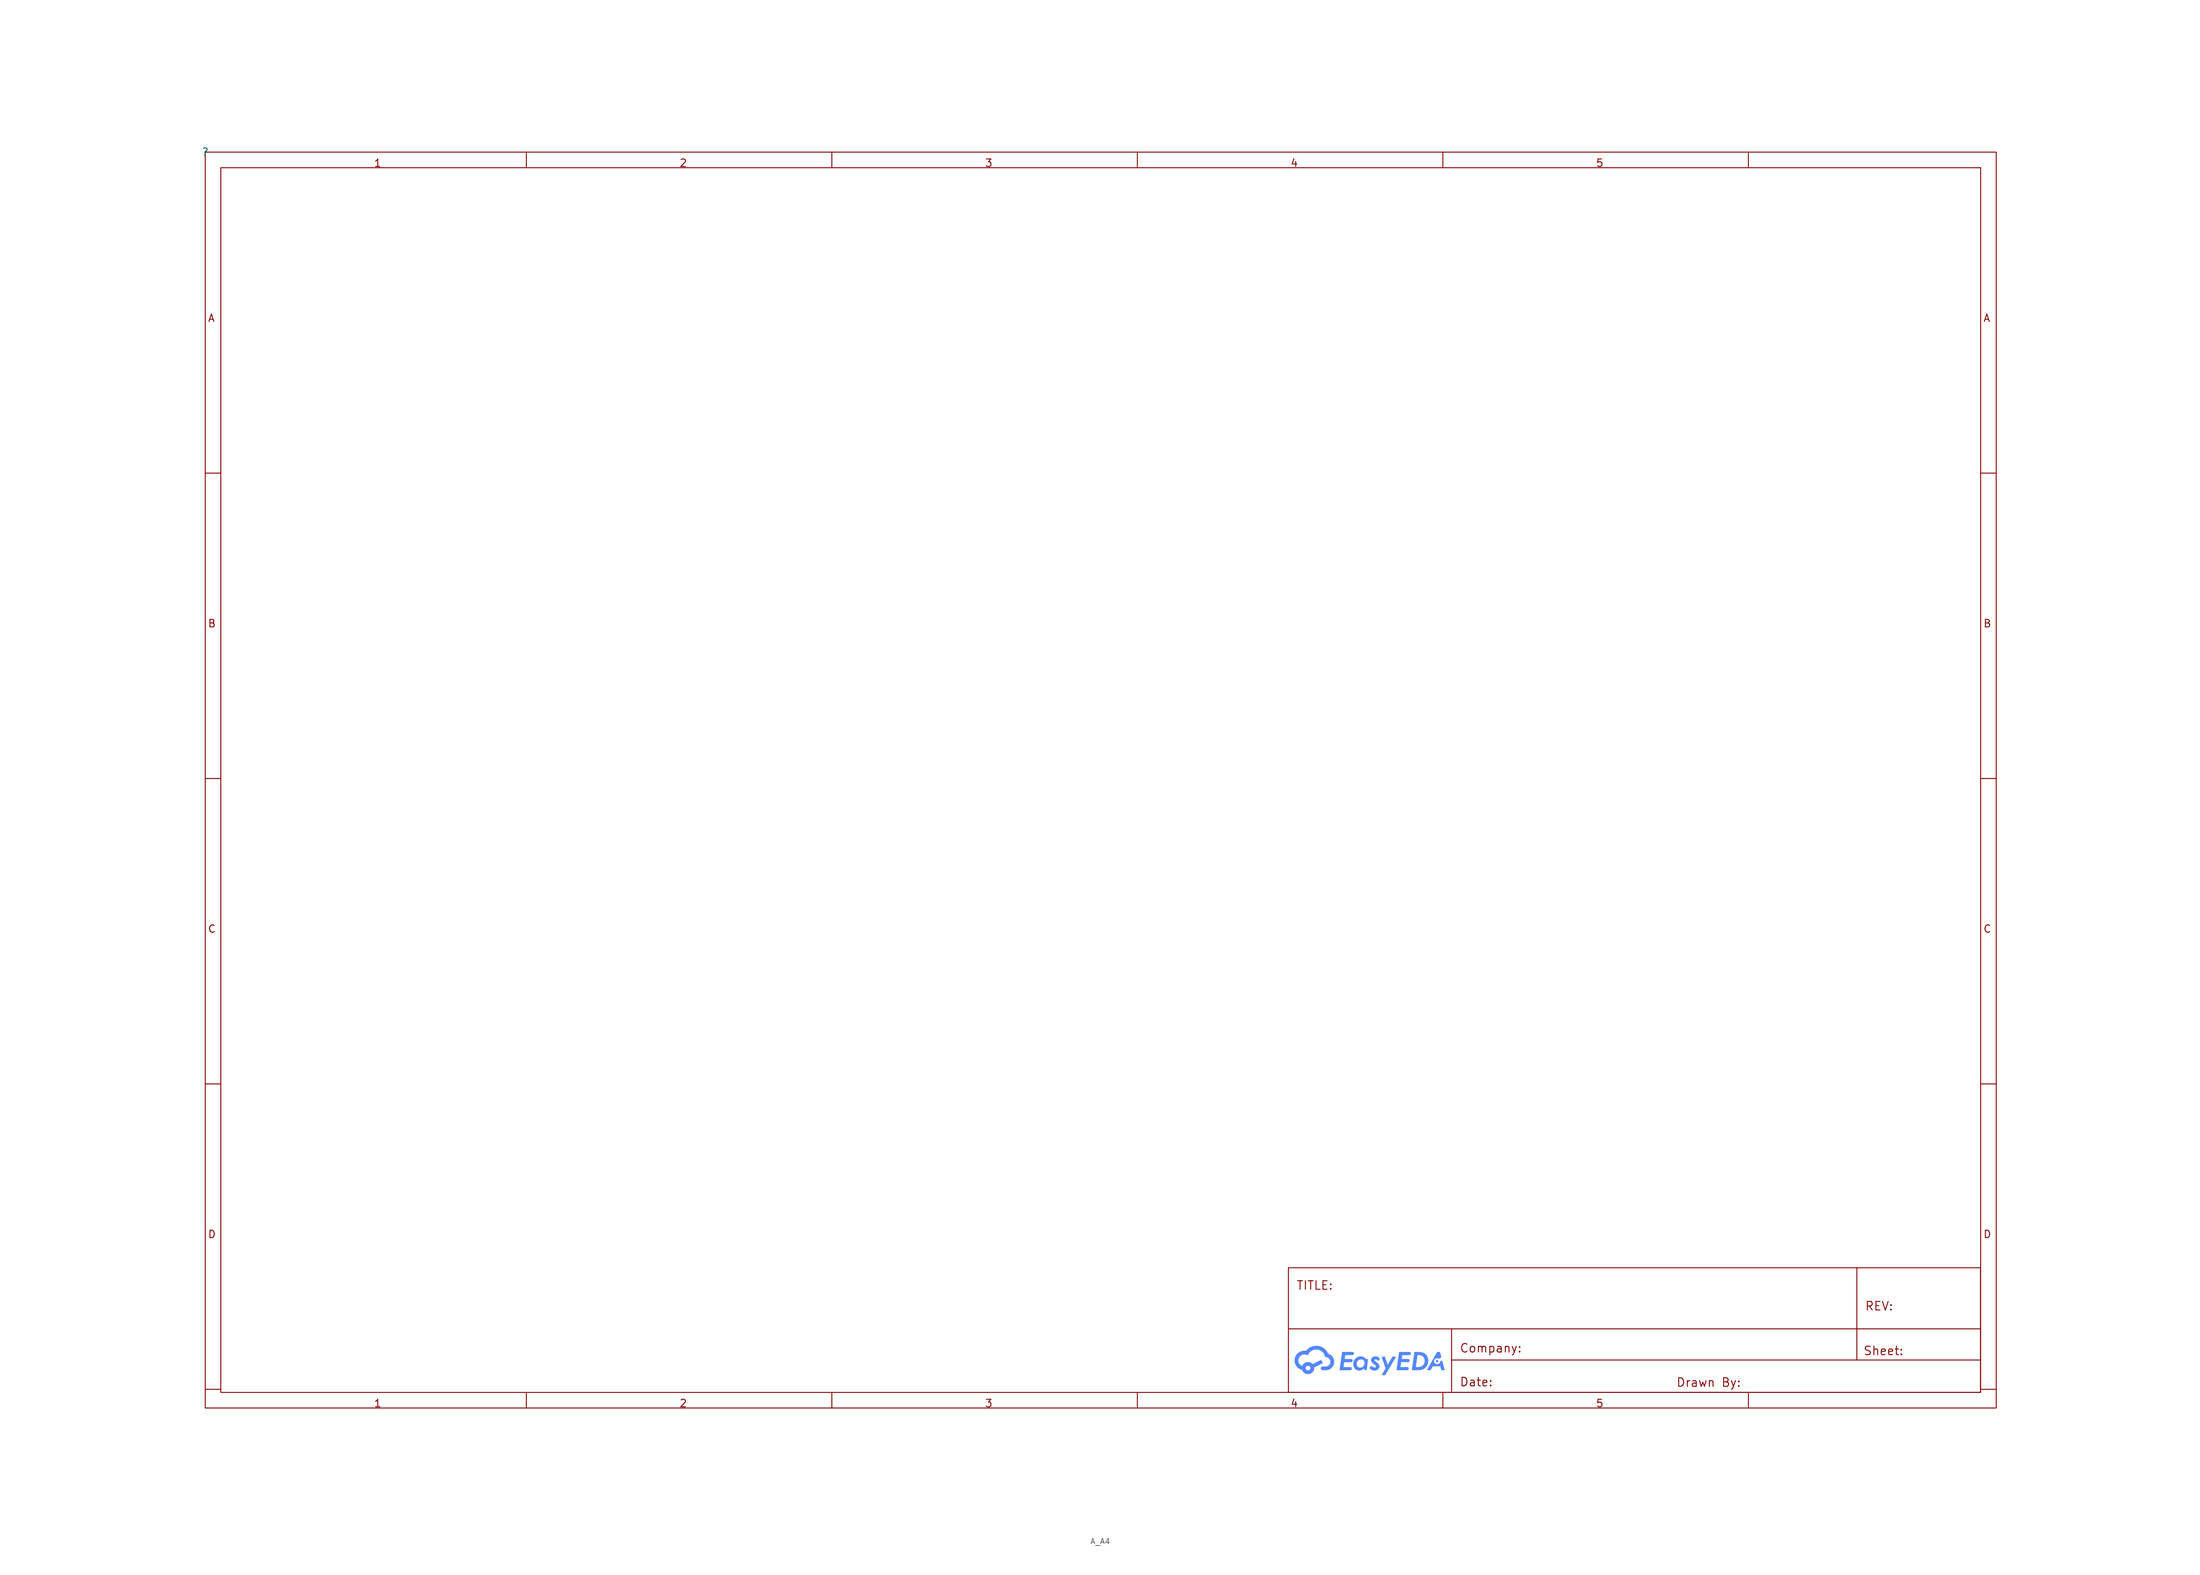
<source format=kicad_sym>
(kicad_symbol_lib
  (version 20231120)
  (generator "kicad_symbol_editor")
  (generator_version "8.0")
  (symbol "A_A4"
    (property "Reference" ""
      (at 0 0 0)
      (effects (font (size 1.27 1.27))))
    (property "Value" ""
      (at 0 0 0)
      (effects (font (size 1.27 1.27))))
    (symbol "A_A4_0_0"
      (polyline (pts (xy 192.68 -197.668) (xy 193.458 -196.357) (xy 194.059 -196.357) (xy 192.273 -199.376) (xy 191.684 -199.376) (xy 192.33 -198.266) (xy 191.69 -196.357) (xy 192.238 -196.357) (xy 192.68 -197.668)) (stroke (width -0.0001) (type solid)) (fill (type color) (color 85 136 255 1)))
      (polyline (pts (xy 201.437 -196.481) (xy 201.013 -196.708) (xy 200.998 -196.699) (xy 200.982 -196.689) (xy 200.966 -196.681) (xy 200.95 -196.672) (xy 200.934 -196.665) (xy 200.916 -196.658) (xy 200.899 -196.651) (xy 200.881 -196.645) (xy 200.863 -196.64) (xy 200.845 -196.635) (xy 200.827 -196.631) (xy 200.808 -196.628) (xy 200.789 -196.626) (xy 200.769 -196.624) (xy 200.75 -196.623) (xy 200.73 -196.622) (xy 200.704 -196.623) (xy 200.679 -196.625) (xy 200.655 -196.628) (xy 200.63 -196.632) (xy 200.606 -196.637) (xy 200.583 -196.644) (xy 200.56 -196.651) (xy 200.537 -196.66) (xy 200.515 -196.67) (xy 200.494 -196.68) (xy 200.473 -196.692) (xy 200.453 -196.704) (xy 200.433 -196.718) (xy 200.415 -196.732) (xy 200.397 -196.747) (xy 200.379 -196.763) (xy 200.363 -196.78) (xy 200.347 -196.798) (xy 200.333 -196.816) (xy 200.319 -196.835) (xy 200.306 -196.854) (xy 200.294 -196.874) (xy 200.283 -196.895) (xy 200.273 -196.917) (xy 200.264 -196.938) (xy 200.256 -196.961) (xy 200.25 -196.984) (xy 200.244 -197.007) (xy 200.24 -197.031) (xy 200.237 -197.055) (xy 200.235 -197.079) (xy 200.234 -197.104) (xy 200.235 -197.129) (xy 200.237 -197.154) (xy 200.24 -197.178) (xy 200.244 -197.201) (xy 200.25 -197.225) (xy 200.256 -197.248) (xy 200.264 -197.27) (xy 200.273 -197.292) (xy 200.283 -197.313) (xy 200.294 -197.334) (xy 200.306 -197.354) (xy 200.319 -197.374) (xy 200.333 -197.393) (xy 200.347 -197.411) (xy 200.363 -197.428) (xy 200.379 -197.445) (xy 200.397 -197.461) (xy 200.415 -197.476) (xy 200.433 -197.49) (xy 200.453 -197.504) (xy 200.473 -197.516) (xy 200.494 -197.528) (xy 200.515 -197.539) (xy 200.537 -197.548) (xy 200.56 -197.557) (xy 200.583 -197.565) (xy 200.606 -197.571) (xy 200.63 -197.576) (xy 200.655 -197.581) (xy 200.679 -197.584) (xy 200.704 -197.585) (xy 200.73 -197.586) (xy 200.754 -197.586) (xy 200.777 -197.584) (xy 200.8 -197.581) (xy 200.823 -197.578) (xy 200.845 -197.573) (xy 200.868 -197.567) (xy 200.889 -197.561) (xy 200.91 -197.553) (xy 200.931 -197.545) (xy 200.951 -197.536) (xy 200.971 -197.526) (xy 200.99 -197.515) (xy 201.009 -197.503) (xy 201.027 -197.49) (xy 201.044 -197.477) (xy 201.061 -197.463) (xy 201.077 -197.448) (xy 201.093 -197.433) (xy 201.108 -197.417) (xy 201.122 -197.4) (xy 201.135 -197.383) (xy 201.148 -197.365) (xy 201.159 -197.347) (xy 201.17 -197.328) (xy 201.18 -197.308) (xy 201.189 -197.288) (xy 201.197 -197.268) (xy 201.204 -197.247) (xy 201.21 -197.225) (xy 201.215 -197.204) (xy 201.22 -197.182) (xy 201.223 -197.159) (xy 201.564 -196.976) (xy 201.971 -198.56) (xy 201.414 -198.56) (xy 201.252 -197.927) (xy 200.037 -197.927) (xy 199.688 -198.56) (xy 199.07 -198.56) (xy 200.722 -195.585) (xy 201.208 -195.585) (xy 201.437 -196.481)) (stroke (width -0.0001) (type solid)) (fill (type color) (color 85 136 255 1)))
      (polyline (pts (xy 200.749 -196.907) (xy 200.759 -196.907) (xy 200.768 -196.909) (xy 200.778 -196.91) (xy 200.787 -196.912) (xy 200.796 -196.915) (xy 200.805 -196.918) (xy 200.814 -196.921) (xy 200.822 -196.925) (xy 200.83 -196.929) (xy 200.838 -196.933) (xy 200.846 -196.938) (xy 200.854 -196.943) (xy 200.861 -196.949) (xy 200.868 -196.955) (xy 200.875 -196.961) (xy 200.881 -196.967) (xy 200.887 -196.974) (xy 200.893 -196.981) (xy 200.898 -196.988) (xy 200.903 -196.996) (xy 200.907 -197.004) (xy 200.912 -197.012) (xy 200.916 -197.02) (xy 200.919 -197.028) (xy 200.922 -197.037) (xy 200.924 -197.046) (xy 200.927 -197.055) (xy 200.928 -197.064) (xy 200.929 -197.073) (xy 200.93 -197.083) (xy 200.93 -197.092) (xy 200.93 -197.102) (xy 200.929 -197.111) (xy 200.928 -197.121) (xy 200.927 -197.13) (xy 200.924 -197.139) (xy 200.922 -197.148) (xy 200.919 -197.156) (xy 200.916 -197.165) (xy 200.912 -197.173) (xy 200.907 -197.181) (xy 200.903 -197.189) (xy 200.898 -197.196) (xy 200.893 -197.203) (xy 200.887 -197.21) (xy 200.881 -197.217) (xy 200.875 -197.224) (xy 200.868 -197.23) (xy 200.861 -197.236) (xy 200.854 -197.241) (xy 200.846 -197.246) (xy 200.838 -197.251) (xy 200.83 -197.256) (xy 200.822 -197.26) (xy 200.814 -197.264) (xy 200.805 -197.267) (xy 200.796 -197.27) (xy 200.787 -197.272) (xy 200.778 -197.274) (xy 200.768 -197.276) (xy 200.759 -197.277) (xy 200.749 -197.278) (xy 200.739 -197.278) (xy 200.729 -197.278) (xy 200.72 -197.277) (xy 200.71 -197.276) (xy 200.701 -197.274) (xy 200.691 -197.272) (xy 200.682 -197.27) (xy 200.673 -197.267) (xy 200.665 -197.264) (xy 200.656 -197.26) (xy 200.648 -197.256) (xy 200.64 -197.251) (xy 200.632 -197.246) (xy 200.625 -197.241) (xy 200.618 -197.236) (xy 200.611 -197.23) (xy 200.604 -197.224) (xy 200.598 -197.217) (xy 200.592 -197.21) (xy 200.586 -197.203) (xy 200.581 -197.196) (xy 200.576 -197.189) (xy 200.571 -197.181) (xy 200.567 -197.173) (xy 200.563 -197.165) (xy 200.56 -197.156) (xy 200.556 -197.148) (xy 200.554 -197.139) (xy 200.552 -197.13) (xy 200.55 -197.121) (xy 200.549 -197.111) (xy 200.548 -197.102) (xy 200.548 -197.092) (xy 200.548 -197.083) (xy 200.549 -197.073) (xy 200.55 -197.064) (xy 200.552 -197.055) (xy 200.554 -197.046) (xy 200.556 -197.037) (xy 200.56 -197.028) (xy 200.563 -197.02) (xy 200.567 -197.012) (xy 200.571 -197.004) (xy 200.576 -196.996) (xy 200.581 -196.988) (xy 200.586 -196.981) (xy 200.592 -196.974) (xy 200.598 -196.967) (xy 200.604 -196.961) (xy 200.611 -196.955) (xy 200.618 -196.949) (xy 200.625 -196.943) (xy 200.632 -196.938) (xy 200.64 -196.933) (xy 200.648 -196.929) (xy 200.656 -196.925) (xy 200.665 -196.921) (xy 200.673 -196.918) (xy 200.682 -196.915) (xy 200.691 -196.912) (xy 200.701 -196.91) (xy 200.71 -196.909) (xy 200.72 -196.907) (xy 200.729 -196.907) (xy 200.739 -196.906) (xy 200.749 -196.907)) (stroke (width -0.0001) (type solid)) (fill (type color) (color 85 136 255 1)))
      (polyline (pts (xy 197.604 -195.582) (xy 197.685 -195.583) (xy 197.764 -195.586) (xy 197.84 -195.591) (xy 197.913 -195.596) (xy 197.984 -195.603) (xy 198.052 -195.611) (xy 198.117 -195.62) (xy 198.179 -195.631) (xy 198.238 -195.642) (xy 198.295 -195.655) (xy 198.349 -195.669) (xy 198.401 -195.685) (xy 198.449 -195.702) (xy 198.495 -195.719) (xy 198.538 -195.739) (xy 198.58 -195.759) (xy 198.62 -195.78) (xy 198.66 -195.804) (xy 198.698 -195.828) (xy 198.736 -195.854) (xy 198.772 -195.881) (xy 198.807 -195.91) (xy 198.842 -195.94) (xy 198.875 -195.972) (xy 198.908 -196.005) (xy 198.939 -196.039) (xy 198.97 -196.075) (xy 198.999 -196.112) (xy 199.028 -196.151) (xy 199.055 -196.191) (xy 199.082 -196.232) (xy 199.107 -196.275) (xy 199.131 -196.318) (xy 199.153 -196.363) (xy 199.173 -196.408) (xy 199.192 -196.453) (xy 199.209 -196.5) (xy 199.225 -196.548) (xy 199.239 -196.596) (xy 199.251 -196.645) (xy 199.262 -196.695) (xy 199.271 -196.745) (xy 199.278 -196.797) (xy 199.284 -196.849) (xy 199.288 -196.902) (xy 199.291 -196.956) (xy 199.292 -197.011) (xy 199.291 -197.067) (xy 199.288 -197.123) (xy 199.284 -197.178) (xy 199.278 -197.232) (xy 199.27 -197.286) (xy 199.26 -197.34) (xy 199.249 -197.392) (xy 199.236 -197.445) (xy 199.221 -197.496) (xy 199.205 -197.547) (xy 199.187 -197.598) (xy 199.167 -197.648) (xy 199.145 -197.697) (xy 199.122 -197.746) (xy 199.096 -197.794) (xy 199.07 -197.842) (xy 199.041 -197.888) (xy 199.012 -197.933) (xy 198.982 -197.976) (xy 198.951 -198.018) (xy 198.919 -198.058) (xy 198.886 -198.096) (xy 198.852 -198.133) (xy 198.817 -198.169) (xy 198.782 -198.202) (xy 198.745 -198.235) (xy 198.708 -198.265) (xy 198.67 -198.294) (xy 198.631 -198.321) (xy 198.59 -198.347) (xy 198.55 -198.371) (xy 198.508 -198.394) (xy 198.465 -198.415) (xy 198.419 -198.435) (xy 198.372 -198.453) (xy 198.323 -198.47) (xy 198.271 -198.486) (xy 198.218 -198.5) (xy 198.162 -198.513) (xy 198.104 -198.524) (xy 198.044 -198.535) (xy 197.982 -198.543) (xy 197.918 -198.551) (xy 197.853 -198.557) (xy 197.785 -198.562) (xy 197.714 -198.565) (xy 197.642 -198.567) (xy 197.568 -198.568) (xy 196.613 -198.568) (xy 196.687 -198.046) (xy 197.268 -198.046) (xy 197.458 -198.046) (xy 197.564 -198.045) (xy 197.662 -198.041) (xy 197.708 -198.039) (xy 197.753 -198.036) (xy 197.795 -198.032) (xy 197.836 -198.028) (xy 197.875 -198.023) (xy 197.911 -198.018) (xy 197.946 -198.012) (xy 197.98 -198.006) (xy 198.011 -197.999) (xy 198.04 -197.991) (xy 198.068 -197.983) (xy 198.093 -197.974) (xy 198.127 -197.961) (xy 198.16 -197.947) (xy 198.193 -197.932) (xy 198.224 -197.915) (xy 198.255 -197.897) (xy 198.284 -197.879) (xy 198.313 -197.858) (xy 198.341 -197.837) (xy 198.369 -197.815) (xy 198.395 -197.792) (xy 198.42 -197.767) (xy 198.445 -197.742) (xy 198.469 -197.715) (xy 198.492 -197.687) (xy 198.514 -197.658) (xy 198.536 -197.628) (xy 198.556 -197.597) (xy 198.575 -197.565) (xy 198.592 -197.532) (xy 198.609 -197.498) (xy 198.624 -197.463) (xy 198.637 -197.427) (xy 198.65 -197.39) (xy 198.661 -197.353) (xy 198.671 -197.314) (xy 198.679 -197.275) (xy 198.687 -197.235) (xy 198.693 -197.194) (xy 198.697 -197.152) (xy 198.701 -197.109) (xy 198.703 -197.065) (xy 198.704 -197.021) (xy 198.703 -196.984) (xy 198.702 -196.948) (xy 198.7 -196.913) (xy 198.696 -196.879) (xy 198.692 -196.845) (xy 198.687 -196.812) (xy 198.681 -196.78) (xy 198.674 -196.749) (xy 198.666 -196.718) (xy 198.657 -196.688) (xy 198.648 -196.659) (xy 198.637 -196.63) (xy 198.626 -196.603) (xy 198.613 -196.576) (xy 198.6 -196.549) (xy 198.586 -196.524) (xy 198.571 -196.499) (xy 198.555 -196.475) (xy 198.538 -196.452) (xy 198.52 -196.429) (xy 198.502 -196.408) (xy 198.483 -196.387) (xy 198.464 -196.366) (xy 198.443 -196.346) (xy 198.422 -196.327) (xy 198.4 -196.309) (xy 198.378 -196.292) (xy 198.355 -196.275) (xy 198.331 -196.259) (xy 198.306 -196.243) (xy 198.28 -196.229) (xy 198.254 -196.215) (xy 198.227 -196.201) (xy 198.198 -196.189) (xy 198.169 -196.178) (xy 198.138 -196.167) (xy 198.107 -196.157) (xy 198.074 -196.148) (xy 198.04 -196.14) (xy 198.005 -196.133) (xy 197.969 -196.127) (xy 197.931 -196.121) (xy 197.893 -196.117) (xy 197.854 -196.113) (xy 197.813 -196.11) (xy 197.771 -196.108) (xy 197.728 -196.107) (xy 197.685 -196.106) (xy 197.539 -196.106) (xy 197.268 -198.046) (xy 196.687 -198.046) (xy 197.033 -195.581) (xy 197.519 -195.581) (xy 197.604 -195.582)) (stroke (width -0.0001) (type solid)) (fill (type color) (color 85 136 255 1)))
      (polyline (pts (xy 186.929 -195.578) (xy 186.943 -195.579) (xy 186.957 -195.581) (xy 186.97 -195.583) (xy 186.983 -195.586) (xy 186.996 -195.59) (xy 187.009 -195.594) (xy 187.021 -195.599) (xy 187.033 -195.604) (xy 187.045 -195.61) (xy 187.056 -195.616) (xy 187.067 -195.623) (xy 187.078 -195.631) (xy 187.088 -195.639) (xy 187.098 -195.647) (xy 187.108 -195.656) (xy 187.117 -195.665) (xy 187.125 -195.674) (xy 187.133 -195.685) (xy 187.141 -195.695) (xy 187.148 -195.706) (xy 187.155 -195.717) (xy 187.161 -195.728) (xy 187.166 -195.74) (xy 187.171 -195.752) (xy 187.175 -195.764) (xy 187.179 -195.777) (xy 187.182 -195.79) (xy 187.185 -195.803) (xy 187.186 -195.816) (xy 187.187 -195.829) (xy 187.188 -195.843) (xy 187.187 -195.856) (xy 187.186 -195.87) (xy 187.185 -195.883) (xy 187.182 -195.896) (xy 187.179 -195.909) (xy 187.175 -195.921) (xy 187.171 -195.934) (xy 187.166 -195.946) (xy 187.161 -195.957) (xy 187.155 -195.969) (xy 187.148 -195.98) (xy 187.141 -195.991) (xy 187.133 -196.001) (xy 187.125 -196.011) (xy 187.117 -196.021) (xy 187.108 -196.03) (xy 187.098 -196.039) (xy 187.088 -196.047) (xy 187.078 -196.055) (xy 187.067 -196.062) (xy 187.056 -196.069) (xy 187.045 -196.076) (xy 187.033 -196.081) (xy 187.021 -196.087) (xy 187.009 -196.091) (xy 186.996 -196.096) (xy 186.983 -196.099) (xy 186.97 -196.102) (xy 186.957 -196.105) (xy 186.943 -196.106) (xy 186.929 -196.107) (xy 186.915 -196.107) (xy 185.766 -196.109) (xy 185.677 -196.729) (xy 186.755 -196.729) (xy 186.767 -196.732) (xy 186.778 -196.734) (xy 186.79 -196.737) (xy 186.801 -196.741) (xy 186.812 -196.745) (xy 186.823 -196.75) (xy 186.834 -196.755) (xy 186.844 -196.76) (xy 186.854 -196.766) (xy 186.864 -196.773) (xy 186.873 -196.779) (xy 186.882 -196.786) (xy 186.891 -196.794) (xy 186.9 -196.802) (xy 186.908 -196.81) (xy 186.916 -196.818) (xy 186.923 -196.827) (xy 186.93 -196.836) (xy 186.936 -196.846) (xy 186.942 -196.856) (xy 186.948 -196.866) (xy 186.953 -196.876) (xy 186.958 -196.887) (xy 186.962 -196.897) (xy 186.966 -196.908) (xy 186.97 -196.92) (xy 186.972 -196.931) (xy 186.975 -196.943) (xy 186.976 -196.955) (xy 186.977 -196.967) (xy 186.978 -196.979) (xy 186.978 -196.991) (xy 186.978 -197.005) (xy 186.976 -197.018) (xy 186.975 -197.031) (xy 186.972 -197.044) (xy 186.969 -197.057) (xy 186.966 -197.07) (xy 186.961 -197.082) (xy 186.957 -197.094) (xy 186.951 -197.106) (xy 186.945 -197.117) (xy 186.938 -197.128) (xy 186.931 -197.139) (xy 186.924 -197.149) (xy 186.916 -197.159) (xy 186.907 -197.169) (xy 186.898 -197.178) (xy 186.888 -197.187) (xy 186.879 -197.195) (xy 186.868 -197.203) (xy 186.858 -197.211) (xy 186.847 -197.218) (xy 186.835 -197.224) (xy 186.823 -197.23) (xy 186.811 -197.235) (xy 186.799 -197.24) (xy 186.786 -197.244) (xy 186.774 -197.248) (xy 186.76 -197.25) (xy 186.747 -197.253) (xy 186.733 -197.255) (xy 186.72 -197.256) (xy 186.706 -197.256) (xy 185.599 -197.254) (xy 185.486 -198.047) (xy 186.56 -198.046) (xy 186.574 -198.046) (xy 186.588 -198.047) (xy 186.601 -198.049) (xy 186.614 -198.051) (xy 186.627 -198.054) (xy 186.64 -198.058) (xy 186.653 -198.062) (xy 186.665 -198.066) (xy 186.677 -198.072) (xy 186.688 -198.077) (xy 186.7 -198.084) (xy 186.711 -198.091) (xy 186.721 -198.098) (xy 186.731 -198.106) (xy 186.741 -198.114) (xy 186.75 -198.123) (xy 186.759 -198.132) (xy 186.768 -198.141) (xy 186.776 -198.151) (xy 186.783 -198.161) (xy 186.79 -198.172) (xy 186.797 -198.183) (xy 186.803 -198.194) (xy 186.808 -198.206) (xy 186.813 -198.218) (xy 186.817 -198.23) (xy 186.821 -198.242) (xy 186.824 -198.255) (xy 186.826 -198.268) (xy 186.828 -198.281) (xy 186.829 -198.294) (xy 186.829 -198.308) (xy 186.829 -198.321) (xy 186.828 -198.334) (xy 186.827 -198.347) (xy 186.824 -198.359) (xy 186.821 -198.372) (xy 186.818 -198.384) (xy 186.814 -198.396) (xy 186.809 -198.407) (xy 186.804 -198.419) (xy 186.798 -198.43) (xy 186.791 -198.441) (xy 186.785 -198.451) (xy 186.777 -198.461) (xy 186.769 -198.471) (xy 186.761 -198.481) (xy 186.752 -198.49) (xy 186.743 -198.498) (xy 186.734 -198.506) (xy 186.724 -198.514) (xy 186.713 -198.522) (xy 186.703 -198.528) (xy 186.692 -198.535) (xy 186.68 -198.541) (xy 186.669 -198.546) (xy 186.657 -198.551) (xy 186.644 -198.555) (xy 186.632 -198.559) (xy 186.619 -198.562) (xy 186.606 -198.564) (xy 186.593 -198.566) (xy 186.58 -198.567) (xy 186.566 -198.568) (xy 184.834 -198.568) (xy 185.256 -195.578) (xy 186.915 -195.578) (xy 186.929 -195.578)) (stroke (width -0.0001) (type solid)) (fill (type color) (color 85 136 255 1)))
      (polyline (pts (xy 196.21 -195.58) (xy 196.224 -195.581) (xy 196.237 -195.583) (xy 196.251 -195.585) (xy 196.264 -195.588) (xy 196.277 -195.591) (xy 196.29 -195.595) (xy 196.302 -195.6) (xy 196.314 -195.606) (xy 196.326 -195.611) (xy 196.337 -195.618) (xy 196.348 -195.625) (xy 196.359 -195.632) (xy 196.369 -195.64) (xy 196.379 -195.648) (xy 196.389 -195.657) (xy 196.398 -195.666) (xy 196.407 -195.676) (xy 196.415 -195.686) (xy 196.422 -195.696) (xy 196.43 -195.707) (xy 196.436 -195.718) (xy 196.442 -195.729) (xy 196.448 -195.741) (xy 196.453 -195.753) (xy 196.457 -195.765) (xy 196.461 -195.777) (xy 196.464 -195.79) (xy 196.467 -195.803) (xy 196.469 -195.816) (xy 196.47 -195.829) (xy 196.471 -195.843) (xy 196.471 -195.856) (xy 196.47 -195.87) (xy 196.468 -195.883) (xy 196.465 -195.896) (xy 196.462 -195.909) (xy 196.459 -195.921) (xy 196.454 -195.934) (xy 196.45 -195.946) (xy 196.444 -195.957) (xy 196.438 -195.969) (xy 196.431 -195.98) (xy 196.424 -195.991) (xy 196.417 -196.001) (xy 196.409 -196.011) (xy 196.4 -196.021) (xy 196.391 -196.03) (xy 196.381 -196.039) (xy 196.372 -196.047) (xy 196.361 -196.055) (xy 196.351 -196.062) (xy 196.34 -196.069) (xy 196.328 -196.076) (xy 196.316 -196.081) (xy 196.304 -196.087) (xy 196.292 -196.091) (xy 196.279 -196.096) (xy 196.267 -196.099) (xy 196.253 -196.102) (xy 196.24 -196.105) (xy 196.226 -196.106) (xy 196.213 -196.107) (xy 196.198 -196.107) (xy 195.049 -196.109) (xy 194.96 -196.729) (xy 196.038 -196.729) (xy 196.05 -196.732) (xy 196.062 -196.734) (xy 196.073 -196.737) (xy 196.084 -196.741) (xy 196.096 -196.745) (xy 196.107 -196.75) (xy 196.117 -196.755) (xy 196.127 -196.76) (xy 196.138 -196.766) (xy 196.147 -196.773) (xy 196.157 -196.779) (xy 196.166 -196.786) (xy 196.175 -196.794) (xy 196.183 -196.802) (xy 196.191 -196.81) (xy 196.199 -196.818) (xy 196.207 -196.827) (xy 196.214 -196.836) (xy 196.22 -196.845) (xy 196.227 -196.855) (xy 196.232 -196.865) (xy 196.238 -196.875) (xy 196.243 -196.886) (xy 196.247 -196.897) (xy 196.251 -196.908) (xy 196.255 -196.919) (xy 196.257 -196.93) (xy 196.26 -196.942) (xy 196.262 -196.953) (xy 196.263 -196.965) (xy 196.264 -196.977) (xy 196.264 -196.99) (xy 196.264 -197.003) (xy 196.263 -197.017) (xy 196.261 -197.03) (xy 196.259 -197.043) (xy 196.256 -197.056) (xy 196.252 -197.068) (xy 196.248 -197.081) (xy 196.243 -197.093) (xy 196.237 -197.104) (xy 196.231 -197.116) (xy 196.225 -197.127) (xy 196.218 -197.137) (xy 196.21 -197.148) (xy 196.202 -197.158) (xy 196.193 -197.167) (xy 196.184 -197.177) (xy 196.175 -197.185) (xy 196.165 -197.194) (xy 196.155 -197.202) (xy 196.144 -197.209) (xy 196.133 -197.216) (xy 196.122 -197.222) (xy 196.11 -197.228) (xy 196.098 -197.234) (xy 196.085 -197.238) (xy 196.073 -197.243) (xy 196.06 -197.246) (xy 196.047 -197.249) (xy 196.033 -197.251) (xy 196.02 -197.253) (xy 196.006 -197.254) (xy 195.992 -197.254) (xy 194.884 -197.253) (xy 194.771 -198.046) (xy 195.845 -198.044) (xy 195.859 -198.045) (xy 195.873 -198.046) (xy 195.886 -198.047) (xy 195.899 -198.05) (xy 195.912 -198.053) (xy 195.925 -198.056) (xy 195.938 -198.06) (xy 195.95 -198.065) (xy 195.962 -198.07) (xy 195.973 -198.076) (xy 195.985 -198.082) (xy 195.995 -198.089) (xy 196.006 -198.096) (xy 196.016 -198.104) (xy 196.026 -198.112) (xy 196.035 -198.121) (xy 196.044 -198.13) (xy 196.053 -198.14) (xy 196.061 -198.15) (xy 196.068 -198.16) (xy 196.075 -198.171) (xy 196.082 -198.181) (xy 196.088 -198.193) (xy 196.093 -198.204) (xy 196.098 -198.216) (xy 196.102 -198.228) (xy 196.106 -198.241) (xy 196.109 -198.254) (xy 196.111 -198.266) (xy 196.113 -198.279) (xy 196.114 -198.293) (xy 196.114 -198.306) (xy 196.114 -198.319) (xy 196.113 -198.332) (xy 196.111 -198.345) (xy 196.109 -198.358) (xy 196.106 -198.37) (xy 196.102 -198.382) (xy 196.098 -198.394) (xy 196.094 -198.406) (xy 196.088 -198.417) (xy 196.083 -198.429) (xy 196.076 -198.439) (xy 196.069 -198.45) (xy 196.062 -198.46) (xy 196.054 -198.47) (xy 196.046 -198.479) (xy 196.037 -198.488) (xy 196.028 -198.497) (xy 196.019 -198.505) (xy 196.009 -198.513) (xy 195.998 -198.52) (xy 195.988 -198.527) (xy 195.977 -198.533) (xy 195.965 -198.539) (xy 195.954 -198.544) (xy 195.942 -198.549) (xy 195.929 -198.553) (xy 195.917 -198.557) (xy 195.904 -198.56) (xy 195.891 -198.563) (xy 195.878 -198.565) (xy 195.865 -198.566) (xy 195.851 -198.566) (xy 194.117 -198.566) (xy 194.536 -195.579) (xy 196.196 -195.579) (xy 196.21 -195.58)) (stroke (width -0.0001) (type solid)) (fill (type color) (color 85 136 255 1)))
      (polyline (pts (xy 188.327 -196.303) (xy 188.355 -196.304) (xy 188.384 -196.306) (xy 188.413 -196.308) (xy 188.442 -196.311) (xy 188.472 -196.316) (xy 188.502 -196.32) (xy 188.532 -196.326) (xy 188.562 -196.332) (xy 188.591 -196.339) (xy 188.62 -196.347) (xy 188.648 -196.355) (xy 188.675 -196.364) (xy 188.701 -196.374) (xy 188.725 -196.385) (xy 188.749 -196.396) (xy 188.77 -196.408) (xy 188.792 -196.421) (xy 188.813 -196.434) (xy 188.833 -196.448) (xy 188.853 -196.463) (xy 188.873 -196.478) (xy 188.892 -196.494) (xy 188.91 -196.511) (xy 188.929 -196.529) (xy 188.946 -196.547) (xy 188.963 -196.565) (xy 188.98 -196.585) (xy 188.996 -196.605) (xy 189.012 -196.626) (xy 189.028 -196.648) (xy 189.042 -196.67) (xy 189.062 -196.706) (xy 189.254 -196.706) (xy 189.265 -196.706) (xy 189.275 -196.707) (xy 189.286 -196.708) (xy 189.297 -196.71) (xy 189.307 -196.713) (xy 189.317 -196.715) (xy 189.327 -196.719) (xy 189.337 -196.723) (xy 189.346 -196.727) (xy 189.355 -196.731) (xy 189.364 -196.736) (xy 189.373 -196.742) (xy 189.381 -196.748) (xy 189.389 -196.754) (xy 189.397 -196.76) (xy 189.404 -196.767) (xy 189.411 -196.774) (xy 189.418 -196.782) (xy 189.424 -196.79) (xy 189.43 -196.798) (xy 189.436 -196.806) (xy 189.441 -196.815) (xy 189.445 -196.824) (xy 189.45 -196.833) (xy 189.453 -196.843) (xy 189.457 -196.852) (xy 189.46 -196.862) (xy 189.462 -196.872) (xy 189.464 -196.882) (xy 189.465 -196.893) (xy 189.466 -196.903) (xy 189.466 -196.914) (xy 189.469 -196.914) (xy 189.275 -198.504) (xy 189.267 -198.568) (xy 189.212 -198.568) (xy 189.19 -198.566) (xy 189.168 -198.564) (xy 189.146 -198.56) (xy 189.125 -198.556) (xy 189.103 -198.551) (xy 189.083 -198.545) (xy 189.062 -198.538) (xy 189.042 -198.531) (xy 189.022 -198.523) (xy 189.002 -198.515) (xy 188.983 -198.505) (xy 188.964 -198.495) (xy 188.946 -198.485) (xy 188.928 -198.473) (xy 188.911 -198.462) (xy 188.894 -198.449) (xy 188.892 -198.448) (xy 188.887 -198.444) (xy 188.871 -198.431) (xy 188.821 -198.39) (xy 188.75 -198.33) (xy 188.728 -198.35) (xy 188.705 -198.37) (xy 188.683 -198.388) (xy 188.661 -198.406) (xy 188.639 -198.423) (xy 188.617 -198.439) (xy 188.596 -198.455) (xy 188.575 -198.47) (xy 188.553 -198.483) (xy 188.532 -198.497) (xy 188.512 -198.509) (xy 188.491 -198.52) (xy 188.471 -198.531) (xy 188.45 -198.541) (xy 188.43 -198.55) (xy 188.41 -198.559) (xy 188.39 -198.567) (xy 188.37 -198.575) (xy 188.35 -198.582) (xy 188.329 -198.588) (xy 188.308 -198.594) (xy 188.286 -198.599) (xy 188.265 -198.604) (xy 188.243 -198.608) (xy 188.22 -198.612) (xy 188.198 -198.615) (xy 188.175 -198.618) (xy 188.151 -198.62) (xy 188.128 -198.622) (xy 188.104 -198.624) (xy 188.08 -198.624) (xy 188.055 -198.625) (xy 188 -198.623) (xy 187.945 -198.619) (xy 187.892 -198.613) (xy 187.841 -198.604) (xy 187.791 -198.593) (xy 187.742 -198.579) (xy 187.695 -198.563) (xy 187.649 -198.544) (xy 187.605 -198.523) (xy 187.562 -198.499) (xy 187.521 -198.472) (xy 187.481 -198.443) (xy 187.442 -198.412) (xy 187.406 -198.377) (xy 187.37 -198.341) (xy 187.336 -198.302) (xy 187.304 -198.261) (xy 187.274 -198.219) (xy 187.246 -198.177) (xy 187.22 -198.133) (xy 187.196 -198.089) (xy 187.174 -198.044) (xy 187.154 -197.999) (xy 187.136 -197.952) (xy 187.121 -197.905) (xy 187.107 -197.857) (xy 187.096 -197.808) (xy 187.086 -197.758) (xy 187.079 -197.707) (xy 187.074 -197.656) (xy 187.071 -197.604) (xy 187.07 -197.564) (xy 187.627 -197.564) (xy 187.627 -197.596) (xy 187.629 -197.627) (xy 187.632 -197.657) (xy 187.637 -197.687) (xy 187.642 -197.716) (xy 187.649 -197.744) (xy 187.657 -197.771) (xy 187.666 -197.798) (xy 187.677 -197.824) (xy 187.688 -197.849) (xy 187.701 -197.873) (xy 187.715 -197.896) (xy 187.731 -197.919) (xy 187.747 -197.941) (xy 187.765 -197.962) (xy 187.785 -197.982) (xy 187.805 -198.001) (xy 187.825 -198.019) (xy 187.847 -198.036) (xy 187.869 -198.052) (xy 187.892 -198.066) (xy 187.916 -198.079) (xy 187.94 -198.091) (xy 187.965 -198.102) (xy 187.99 -198.111) (xy 188.017 -198.119) (xy 188.044 -198.126) (xy 188.072 -198.131) (xy 188.1 -198.136) (xy 188.13 -198.139) (xy 188.159 -198.14) (xy 188.19 -198.141) (xy 188.216 -198.141) (xy 188.241 -198.14) (xy 188.266 -198.138) (xy 188.29 -198.135) (xy 188.314 -198.132) (xy 188.337 -198.129) (xy 188.36 -198.124) (xy 188.383 -198.119) (xy 188.405 -198.113) (xy 188.427 -198.106) (xy 188.448 -198.099) (xy 188.47 -198.091) (xy 188.49 -198.082) (xy 188.51 -198.073) (xy 188.53 -198.063) (xy 188.55 -198.052) (xy 188.569 -198.04) (xy 188.587 -198.028) (xy 188.606 -198.015) (xy 188.623 -198.001) (xy 188.641 -197.986) (xy 188.658 -197.97) (xy 188.675 -197.954) (xy 188.691 -197.937) (xy 188.707 -197.919) (xy 188.722 -197.9) (xy 188.737 -197.881) (xy 188.752 -197.861) (xy 188.766 -197.84) (xy 188.78 -197.818) (xy 188.794 -197.795) (xy 188.807 -197.772) (xy 188.819 -197.748) (xy 188.831 -197.725) (xy 188.842 -197.701) (xy 188.852 -197.677) (xy 188.861 -197.652) (xy 188.87 -197.628) (xy 188.878 -197.604) (xy 188.885 -197.579) (xy 188.891 -197.555) (xy 188.896 -197.53) (xy 188.901 -197.506) (xy 188.904 -197.481) (xy 188.907 -197.457) (xy 188.909 -197.432) (xy 188.91 -197.407) (xy 188.911 -197.382) (xy 188.91 -197.35) (xy 188.908 -197.318) (xy 188.905 -197.287) (xy 188.901 -197.257) (xy 188.896 -197.228) (xy 188.889 -197.2) (xy 188.881 -197.172) (xy 188.872 -197.145) (xy 188.861 -197.119) (xy 188.85 -197.094) (xy 188.837 -197.07) (xy 188.823 -197.046) (xy 188.808 -197.024) (xy 188.791 -197.002) (xy 188.774 -196.98) (xy 188.755 -196.96) (xy 188.735 -196.941) (xy 188.714 -196.923) (xy 188.693 -196.906) (xy 188.67 -196.891) (xy 188.647 -196.876) (xy 188.623 -196.863) (xy 188.599 -196.851) (xy 188.573 -196.841) (xy 188.547 -196.831) (xy 188.52 -196.823) (xy 188.492 -196.816) (xy 188.464 -196.811) (xy 188.434 -196.806) (xy 188.404 -196.803) (xy 188.373 -196.801) (xy 188.341 -196.801) (xy 188.305 -196.802) (xy 188.268 -196.804) (xy 188.233 -196.808) (xy 188.198 -196.814) (xy 188.164 -196.821) (xy 188.131 -196.83) (xy 188.098 -196.841) (xy 188.066 -196.853) (xy 188.035 -196.868) (xy 188.004 -196.883) (xy 187.974 -196.901) (xy 187.945 -196.92) (xy 187.916 -196.941) (xy 187.888 -196.963) (xy 187.861 -196.988) (xy 187.835 -197.013) (xy 187.81 -197.041) (xy 187.786 -197.069) (xy 187.764 -197.098) (xy 187.744 -197.128) (xy 187.725 -197.159) (xy 187.708 -197.191) (xy 187.692 -197.224) (xy 187.679 -197.258) (xy 187.667 -197.293) (xy 187.656 -197.329) (xy 187.647 -197.365) (xy 187.64 -197.403) (xy 187.634 -197.442) (xy 187.63 -197.482) (xy 187.628 -197.522) (xy 187.627 -197.564) (xy 187.07 -197.564) (xy 187.07 -197.55) (xy 187.07 -197.51) (xy 187.072 -197.469) (xy 187.076 -197.429) (xy 187.081 -197.389) (xy 187.087 -197.35) (xy 187.094 -197.31) (xy 187.103 -197.271) (xy 187.113 -197.232) (xy 187.124 -197.193) (xy 187.137 -197.154) (xy 187.151 -197.116) (xy 187.167 -197.078) (xy 187.183 -197.04) (xy 187.201 -197.003) (xy 187.221 -196.966) (xy 187.241 -196.929) (xy 187.263 -196.892) (xy 187.286 -196.857) (xy 187.309 -196.822) (xy 187.333 -196.789) (xy 187.359 -196.756) (xy 187.385 -196.725) (xy 187.412 -196.695) (xy 187.441 -196.665) (xy 187.47 -196.637) (xy 187.5 -196.61) (xy 187.531 -196.583) (xy 187.562 -196.558) (xy 187.595 -196.534) (xy 187.629 -196.511) (xy 187.663 -196.489) (xy 187.699 -196.468) (xy 187.735 -196.447) (xy 187.771 -196.429) (xy 187.807 -196.411) (xy 187.844 -196.395) (xy 187.881 -196.38) (xy 187.918 -196.367) (xy 187.955 -196.355) (xy 187.993 -196.344) (xy 188.03 -196.334) (xy 188.068 -196.326) (xy 188.106 -196.319) (xy 188.145 -196.313) (xy 188.183 -196.308) (xy 188.222 -196.305) (xy 188.261 -196.303) (xy 188.3 -196.302) (xy 188.327 -196.303)) (stroke (width -0.0001) (type solid)) (fill (type color) (color 85 136 255 1)))
      (polyline (pts (xy 190.727 -196.301) (xy 190.753 -196.302) (xy 190.778 -196.304) (xy 190.804 -196.307) (xy 190.829 -196.31) (xy 190.854 -196.314) (xy 190.879 -196.319) (xy 190.903 -196.325) (xy 190.928 -196.331) (xy 190.952 -196.338) (xy 190.976 -196.346) (xy 191 -196.354) (xy 191.024 -196.364) (xy 191.048 -196.374) (xy 191.071 -196.385) (xy 191.095 -196.396) (xy 191.118 -196.408) (xy 191.14 -196.421) (xy 191.162 -196.435) (xy 191.184 -196.449) (xy 191.205 -196.464) (xy 191.225 -196.479) (xy 191.245 -196.495) (xy 191.265 -196.512) (xy 191.284 -196.529) (xy 191.302 -196.547) (xy 191.321 -196.565) (xy 191.338 -196.585) (xy 191.355 -196.604) (xy 191.372 -196.625) (xy 191.388 -196.645) (xy 191.404 -196.667) (xy 191.137 -197.082) (xy 191.125 -197.064) (xy 191.112 -197.046) (xy 191.099 -197.029) (xy 191.085 -197.012) (xy 191.072 -196.996) (xy 191.059 -196.981) (xy 191.045 -196.966) (xy 191.032 -196.952) (xy 191.018 -196.939) (xy 191.005 -196.926) (xy 190.991 -196.914) (xy 190.977 -196.903) (xy 190.964 -196.892) (xy 190.95 -196.882) (xy 190.936 -196.872) (xy 190.922 -196.863) (xy 190.908 -196.855) (xy 190.894 -196.847) (xy 190.88 -196.84) (xy 190.866 -196.833) (xy 190.853 -196.827) (xy 190.839 -196.821) (xy 190.826 -196.816) (xy 190.813 -196.811) (xy 190.8 -196.807) (xy 190.786 -196.803) (xy 190.774 -196.8) (xy 190.761 -196.798) (xy 190.748 -196.796) (xy 190.736 -196.794) (xy 190.723 -196.794) (xy 190.711 -196.793) (xy 190.702 -196.793) (xy 190.692 -196.794) (xy 190.684 -196.795) (xy 190.675 -196.796) (xy 190.667 -196.797) (xy 190.658 -196.799) (xy 190.65 -196.801) (xy 190.642 -196.803) (xy 190.634 -196.806) (xy 190.626 -196.809) (xy 190.619 -196.812) (xy 190.611 -196.816) (xy 190.604 -196.82) (xy 190.597 -196.824) (xy 190.59 -196.829) (xy 190.583 -196.833) (xy 190.577 -196.839) (xy 190.571 -196.844) (xy 190.565 -196.849) (xy 190.56 -196.854) (xy 190.556 -196.859) (xy 190.551 -196.865) (xy 190.547 -196.87) (xy 190.544 -196.876) (xy 190.541 -196.882) (xy 190.538 -196.887) (xy 190.536 -196.893) (xy 190.534 -196.899) (xy 190.533 -196.905) (xy 190.532 -196.912) (xy 190.531 -196.918) (xy 190.531 -196.924) (xy 190.532 -196.93) (xy 190.532 -196.936) (xy 190.533 -196.943) (xy 190.534 -196.949) (xy 190.536 -196.955) (xy 190.537 -196.961) (xy 190.539 -196.967) (xy 190.542 -196.973) (xy 190.545 -196.979) (xy 190.548 -196.986) (xy 190.551 -196.992) (xy 190.555 -196.998) (xy 190.559 -197.004) (xy 190.563 -197.01) (xy 190.568 -197.016) (xy 190.573 -197.022) (xy 190.578 -197.029) (xy 190.585 -197.036) (xy 190.602 -197.053) (xy 190.625 -197.072) (xy 190.652 -197.094) (xy 190.685 -197.119) (xy 190.722 -197.147) (xy 190.765 -197.178) (xy 190.813 -197.211) (xy 190.852 -197.239) (xy 190.89 -197.266) (xy 190.926 -197.293) (xy 190.96 -197.319) (xy 190.992 -197.345) (xy 191.023 -197.37) (xy 191.052 -197.394) (xy 191.079 -197.419) (xy 191.105 -197.442) (xy 191.129 -197.465) (xy 191.151 -197.488) (xy 191.171 -197.51) (xy 191.19 -197.532) (xy 191.207 -197.553) (xy 191.222 -197.573) (xy 191.236 -197.594) (xy 191.248 -197.614) (xy 191.259 -197.634) (xy 191.27 -197.655) (xy 191.28 -197.675) (xy 191.289 -197.696) (xy 191.297 -197.717) (xy 191.304 -197.739) (xy 191.311 -197.76) (xy 191.317 -197.782) (xy 191.322 -197.804) (xy 191.327 -197.826) (xy 191.33 -197.848) (xy 191.333 -197.871) (xy 191.335 -197.894) (xy 191.336 -197.917) (xy 191.337 -197.94) (xy 191.336 -197.971) (xy 191.333 -198.001) (xy 191.329 -198.031) (xy 191.324 -198.061) (xy 191.316 -198.091) (xy 191.307 -198.121) (xy 191.297 -198.15) (xy 191.285 -198.18) (xy 191.271 -198.209) (xy 191.255 -198.238) (xy 191.238 -198.266) (xy 191.22 -198.295) (xy 191.199 -198.323) (xy 191.177 -198.351) (xy 191.154 -198.378) (xy 191.128 -198.406) (xy 191.101 -198.432) (xy 191.073 -198.457) (xy 191.044 -198.48) (xy 191.012 -198.501) (xy 190.98 -198.521) (xy 190.946 -198.539) (xy 190.91 -198.555) (xy 190.873 -198.57) (xy 190.835 -198.583) (xy 190.795 -198.594) (xy 190.754 -198.603) (xy 190.711 -198.611) (xy 190.667 -198.617) (xy 190.621 -198.621) (xy 190.574 -198.624) (xy 190.525 -198.625) (xy 190.497 -198.624) (xy 190.469 -198.623) (xy 190.441 -198.621) (xy 190.414 -198.619) (xy 190.387 -198.616) (xy 190.36 -198.612) (xy 190.334 -198.607) (xy 190.308 -198.602) (xy 190.282 -198.596) (xy 190.256 -198.59) (xy 190.231 -198.582) (xy 190.206 -198.574) (xy 190.182 -198.565) (xy 190.158 -198.556) (xy 190.134 -198.546) (xy 190.111 -198.535) (xy 190.087 -198.524) (xy 190.063 -198.511) (xy 190.039 -198.496) (xy 190.015 -198.481) (xy 189.99 -198.465) (xy 189.965 -198.447) (xy 189.939 -198.428) (xy 189.913 -198.408) (xy 189.887 -198.387) (xy 189.861 -198.365) (xy 189.834 -198.342) (xy 189.807 -198.317) (xy 189.779 -198.292) (xy 189.751 -198.265) (xy 189.694 -198.208) (xy 190.039 -197.818) (xy 190.068 -197.855) (xy 190.098 -197.889) (xy 190.128 -197.921) (xy 190.159 -197.95) (xy 190.19 -197.977) (xy 190.221 -198.001) (xy 190.252 -198.024) (xy 190.284 -198.044) (xy 190.316 -198.061) (xy 190.349 -198.077) (xy 190.382 -198.089) (xy 190.415 -198.1) (xy 190.449 -198.108) (xy 190.483 -198.114) (xy 190.517 -198.118) (xy 190.551 -198.119) (xy 190.565 -198.119) (xy 190.578 -198.118) (xy 190.591 -198.117) (xy 190.604 -198.115) (xy 190.616 -198.113) (xy 190.628 -198.111) (xy 190.639 -198.109) (xy 190.65 -198.106) (xy 190.661 -198.102) (xy 190.672 -198.098) (xy 190.682 -198.094) (xy 190.691 -198.089) (xy 190.701 -198.084) (xy 190.71 -198.079) (xy 190.719 -198.073) (xy 190.727 -198.067) (xy 190.735 -198.06) (xy 190.743 -198.053) (xy 190.75 -198.046) (xy 190.756 -198.039) (xy 190.762 -198.032) (xy 190.768 -198.024) (xy 190.773 -198.017) (xy 190.777 -198.009) (xy 190.781 -198.002) (xy 190.784 -197.994) (xy 190.787 -197.986) (xy 190.789 -197.977) (xy 190.791 -197.969) (xy 190.792 -197.961) (xy 190.793 -197.952) (xy 190.793 -197.943) (xy 190.793 -197.936) (xy 190.792 -197.929) (xy 190.791 -197.921) (xy 190.79 -197.914) (xy 190.788 -197.907) (xy 190.786 -197.9) (xy 190.784 -197.892) (xy 190.781 -197.885) (xy 190.777 -197.878) (xy 190.774 -197.87) (xy 190.769 -197.863) (xy 190.765 -197.856) (xy 190.76 -197.848) (xy 190.755 -197.841) (xy 190.749 -197.833) (xy 190.743 -197.826) (xy 190.736 -197.818) (xy 190.727 -197.809) (xy 190.707 -197.79) (xy 190.68 -197.767) (xy 190.649 -197.742) (xy 190.612 -197.714) (xy 190.57 -197.683) (xy 190.522 -197.649) (xy 190.469 -197.611) (xy 190.437 -197.589) (xy 190.407 -197.568) (xy 190.378 -197.546) (xy 190.35 -197.525) (xy 190.323 -197.505) (xy 190.298 -197.484) (xy 190.274 -197.465) (xy 190.251 -197.445) (xy 190.229 -197.426) (xy 190.209 -197.408) (xy 190.19 -197.39) (xy 190.172 -197.372) (xy 190.155 -197.355) (xy 190.139 -197.338) (xy 190.125 -197.321) (xy 190.112 -197.305) (xy 190.095 -197.283) (xy 190.08 -197.26) (xy 190.065 -197.237) (xy 190.052 -197.214) (xy 190.04 -197.191) (xy 190.028 -197.168) (xy 190.018 -197.145) (xy 190.009 -197.121) (xy 190.001 -197.097) (xy 189.994 -197.073) (xy 189.988 -197.049) (xy 189.983 -197.025) (xy 189.979 -197.001) (xy 189.977 -196.976) (xy 189.975 -196.952) (xy 189.974 -196.927) (xy 189.975 -196.893) (xy 189.978 -196.859) (xy 189.982 -196.827) (xy 189.988 -196.795) (xy 189.995 -196.764) (xy 190.005 -196.734) (xy 190.016 -196.704) (xy 190.028 -196.675) (xy 190.043 -196.648) (xy 190.059 -196.62) (xy 190.076 -196.594) (xy 190.096 -196.569) (xy 190.117 -196.544) (xy 190.14 -196.52) (xy 190.164 -196.497) (xy 190.19 -196.475) (xy 190.218 -196.454) (xy 190.245 -196.434) (xy 190.274 -196.416) (xy 190.303 -196.399) (xy 190.333 -196.383) (xy 190.363 -196.369) (xy 190.395 -196.356) (xy 190.426 -196.344) (xy 190.459 -196.334) (xy 190.492 -196.325) (xy 190.525 -196.318) (xy 190.559 -196.312) (xy 190.594 -196.307) (xy 190.629 -196.304) (xy 190.665 -196.302) (xy 190.701 -196.301) (xy 190.727 -196.301)) (stroke (width -0.0001) (type solid)) (fill (type color) (color 85 136 255 1)))
      (polyline (pts (xy 181.141 -194.581) (xy 181.236 -194.587) (xy 181.33 -194.597) (xy 181.423 -194.612) (xy 181.515 -194.631) (xy 181.606 -194.654) (xy 181.696 -194.68) (xy 181.784 -194.711) (xy 181.871 -194.746) (xy 181.956 -194.784) (xy 182.039 -194.826) (xy 182.12 -194.872) (xy 182.2 -194.922) (xy 182.277 -194.975) (xy 182.351 -195.031) (xy 182.423 -195.091) (xy 182.469 -195.133) (xy 182.513 -195.175) (xy 182.556 -195.218) (xy 182.597 -195.262) (xy 182.637 -195.308) (xy 182.675 -195.354) (xy 182.712 -195.402) (xy 182.747 -195.45) (xy 182.78 -195.5) (xy 182.812 -195.55) (xy 182.843 -195.601) (xy 182.872 -195.653) (xy 182.899 -195.706) (xy 182.925 -195.76) (xy 182.949 -195.814) (xy 182.971 -195.869) (xy 183.078 -195.907) (xy 183.18 -195.952) (xy 183.278 -196.004) (xy 183.372 -196.064) (xy 183.459 -196.13) (xy 183.542 -196.202) (xy 183.618 -196.281) (xy 183.688 -196.365) (xy 183.751 -196.454) (xy 183.807 -196.548) (xy 183.856 -196.646) (xy 183.896 -196.748) (xy 183.928 -196.854) (xy 183.952 -196.963) (xy 183.96 -197.018) (xy 183.966 -197.075) (xy 183.97 -197.131) (xy 183.971 -197.189) (xy 183.969 -197.254) (xy 183.964 -197.319) (xy 183.957 -197.383) (xy 183.946 -197.447) (xy 183.932 -197.51) (xy 183.915 -197.572) (xy 183.896 -197.633) (xy 183.873 -197.694) (xy 183.847 -197.753) (xy 183.819 -197.811) (xy 183.788 -197.867) (xy 183.754 -197.923) (xy 183.718 -197.977) (xy 183.679 -198.029) (xy 183.637 -198.08) (xy 183.593 -198.129) (xy 183.546 -198.176) (xy 183.498 -198.22) (xy 183.448 -198.262) (xy 183.396 -198.302) (xy 183.342 -198.339) (xy 183.287 -198.374) (xy 183.23 -198.405) (xy 183.172 -198.435) (xy 183.113 -198.462) (xy 183.052 -198.486) (xy 182.99 -198.507) (xy 182.927 -198.525) (xy 182.863 -198.541) (xy 182.799 -198.554) (xy 182.733 -198.564) (xy 182.667 -198.571) (xy 182.639 -198.574) (xy 182.068 -198.574) (xy 182.068 -198.571) (xy 182.053 -198.569) (xy 182.038 -198.567) (xy 182.023 -198.564) (xy 182.009 -198.56) (xy 181.995 -198.556) (xy 181.981 -198.551) (xy 181.967 -198.546) (xy 181.954 -198.54) (xy 181.941 -198.533) (xy 181.928 -198.526) (xy 181.916 -198.518) (xy 181.904 -198.51) (xy 181.893 -198.502) (xy 181.881 -198.493) (xy 181.871 -198.483) (xy 181.861 -198.473) (xy 181.851 -198.462) (xy 181.842 -198.451) (xy 181.833 -198.44) (xy 181.825 -198.428) (xy 181.818 -198.416) (xy 181.811 -198.404) (xy 181.805 -198.391) (xy 181.799 -198.378) (xy 181.794 -198.364) (xy 181.789 -198.351) (xy 181.785 -198.337) (xy 181.782 -198.322) (xy 181.779 -198.308) (xy 181.778 -198.293) (xy 181.776 -198.278) (xy 181.776 -198.263) (xy 181.777 -198.247) (xy 181.778 -198.231) (xy 181.78 -198.216) (xy 181.783 -198.201) (xy 181.786 -198.186) (xy 181.79 -198.171) (xy 181.795 -198.156) (xy 181.801 -198.143) (xy 181.808 -198.129) (xy 181.815 -198.115) (xy 181.822 -198.102) (xy 181.831 -198.09) (xy 181.839 -198.078) (xy 181.849 -198.066) (xy 181.859 -198.055) (xy 181.869 -198.044) (xy 181.88 -198.034) (xy 181.892 -198.024) (xy 181.904 -198.015) (xy 181.916 -198.006) (xy 181.929 -197.998) (xy 181.943 -197.991) (xy 181.956 -197.984) (xy 181.97 -197.978) (xy 181.985 -197.972) (xy 182 -197.968) (xy 182.015 -197.963) (xy 182.03 -197.96) (xy 182.046 -197.957) (xy 182.062 -197.955) (xy 182.078 -197.954) (xy 182.095 -197.954) (xy 182.102 -197.954) (xy 182.111 -197.954) (xy 182.119 -197.954) (xy 182.126 -197.955) (xy 182.134 -197.956) (xy 182.142 -197.957) (xy 182.15 -197.958) (xy 182.157 -197.959) (xy 182.612 -197.959) (xy 182.65 -197.956) (xy 182.687 -197.95) (xy 182.724 -197.942) (xy 182.76 -197.933) (xy 182.795 -197.923) (xy 182.83 -197.91) (xy 182.864 -197.897) (xy 182.897 -197.882) (xy 182.929 -197.865) (xy 182.961 -197.847) (xy 182.991 -197.828) (xy 183.021 -197.807) (xy 183.049 -197.786) (xy 183.077 -197.763) (xy 183.103 -197.738) (xy 183.128 -197.713) (xy 183.152 -197.687) (xy 183.174 -197.659) (xy 183.196 -197.631) (xy 183.216 -197.602) (xy 183.235 -197.571) (xy 183.252 -197.54) (xy 183.268 -197.508) (xy 183.282 -197.475) (xy 183.295 -197.442) (xy 183.306 -197.407) (xy 183.316 -197.372) (xy 183.324 -197.337) (xy 183.33 -197.301) (xy 183.335 -197.264) (xy 183.338 -197.227) (xy 183.339 -197.189) (xy 183.338 -197.149) (xy 183.335 -197.11) (xy 183.329 -197.071) (xy 183.322 -197.033) (xy 183.314 -196.996) (xy 183.303 -196.959) (xy 183.29 -196.923) (xy 183.276 -196.888) (xy 183.26 -196.854) (xy 183.243 -196.82) (xy 183.223 -196.788) (xy 183.203 -196.757) (xy 183.18 -196.726) (xy 183.157 -196.697) (xy 183.132 -196.669) (xy 183.106 -196.642) (xy 183.078 -196.617) (xy 183.049 -196.592) (xy 183.019 -196.569) (xy 182.988 -196.548) (xy 182.955 -196.528) (xy 182.922 -196.509) (xy 182.888 -196.492) (xy 182.852 -196.476) (xy 182.816 -196.462) (xy 182.779 -196.45) (xy 182.742 -196.44) (xy 182.703 -196.431) (xy 182.664 -196.424) (xy 182.624 -196.419) (xy 182.584 -196.417) (xy 182.543 -196.415) (xy 182.533 -196.416) (xy 182.523 -196.416) (xy 182.514 -196.416) (xy 182.504 -196.417) (xy 182.494 -196.417) (xy 182.484 -196.418) (xy 182.475 -196.419) (xy 182.465 -196.42) (xy 182.456 -196.356) (xy 182.444 -196.292) (xy 182.429 -196.23) (xy 182.411 -196.168) (xy 182.39 -196.108) (xy 182.367 -196.049) (xy 182.341 -195.992) (xy 182.312 -195.936) (xy 182.281 -195.881) (xy 182.248 -195.828) (xy 182.212 -195.776) (xy 182.174 -195.727) (xy 182.134 -195.679) (xy 182.091 -195.632) (xy 182.047 -195.588) (xy 182 -195.545) (xy 181.952 -195.505) (xy 181.902 -195.467) (xy 181.85 -195.43) (xy 181.796 -195.397) (xy 181.741 -195.365) (xy 181.684 -195.336) (xy 181.626 -195.309) (xy 181.566 -195.285) (xy 181.505 -195.263) (xy 181.443 -195.244) (xy 181.379 -195.228) (xy 181.315 -195.214) (xy 181.249 -195.204) (xy 181.182 -195.196) (xy 181.115 -195.191) (xy 181.046 -195.19) (xy 180.987 -195.191) (xy 180.929 -195.194) (xy 180.871 -195.2) (xy 180.815 -195.208) (xy 180.758 -195.218) (xy 180.703 -195.23) (xy 180.649 -195.244) (xy 180.595 -195.261) (xy 180.542 -195.279) (xy 180.49 -195.299) (xy 180.44 -195.321) (xy 180.39 -195.345) (xy 180.342 -195.371) (xy 180.294 -195.398) (xy 180.248 -195.427) (xy 180.203 -195.458) (xy 180.159 -195.49) (xy 180.117 -195.524) (xy 180.076 -195.56) (xy 180.037 -195.597) (xy 179.999 -195.635) (xy 179.962 -195.675) (xy 179.927 -195.716) (xy 179.894 -195.759) (xy 179.863 -195.803) (xy 179.833 -195.848) (xy 179.804 -195.894) (xy 179.778 -195.941) (xy 179.754 -195.989) (xy 179.731 -196.039) (xy 179.71 -196.089) (xy 179.692 -196.14) (xy 179.662 -196.123) (xy 179.632 -196.107) (xy 179.601 -196.091) (xy 179.57 -196.077) (xy 179.537 -196.063) (xy 179.505 -196.051) (xy 179.472 -196.04) (xy 179.438 -196.029) (xy 179.404 -196.02) (xy 179.369 -196.012) (xy 179.334 -196.006) (xy 179.299 -196) (xy 179.263 -195.996) (xy 179.226 -195.993) (xy 179.19 -195.991) (xy 179.153 -195.99) (xy 179.101 -195.991) (xy 179.049 -195.995) (xy 178.998 -196.001) (xy 178.948 -196.01) (xy 178.899 -196.021) (xy 178.851 -196.035) (xy 178.804 -196.05) (xy 178.757 -196.068) (xy 178.712 -196.088) (xy 178.668 -196.109) (xy 178.626 -196.133) (xy 178.585 -196.159) (xy 178.545 -196.186) (xy 178.506 -196.216) (xy 178.47 -196.247) (xy 178.434 -196.28) (xy 178.401 -196.314) (xy 178.369 -196.35) (xy 178.339 -196.387) (xy 178.31 -196.426) (xy 178.284 -196.466) (xy 178.259 -196.507) (xy 178.237 -196.55) (xy 178.217 -196.594) (xy 178.198 -196.639) (xy 178.183 -196.684) (xy 178.169 -196.731) (xy 178.157 -196.779) (xy 178.149 -196.828) (xy 178.142 -196.877) (xy 178.138 -196.927) (xy 178.137 -196.978) (xy 178.138 -197.016) (xy 178.14 -197.053) (xy 178.143 -197.09) (xy 178.148 -197.126) (xy 178.155 -197.163) (xy 178.162 -197.198) (xy 178.171 -197.233) (xy 178.182 -197.268) (xy 178.193 -197.302) (xy 178.206 -197.336) (xy 178.22 -197.369) (xy 178.235 -197.401) (xy 178.251 -197.433) (xy 178.269 -197.464) (xy 178.287 -197.494) (xy 178.307 -197.524) (xy 178.328 -197.553) (xy 178.35 -197.581) (xy 178.372 -197.609) (xy 178.396 -197.635) (xy 178.421 -197.661) (xy 178.446 -197.686) (xy 178.472 -197.71) (xy 178.5 -197.733) (xy 178.528 -197.755) (xy 178.557 -197.776) (xy 178.587 -197.797) (xy 178.617 -197.816) (xy 178.648 -197.834) (xy 178.68 -197.851) (xy 178.713 -197.867) (xy 178.746 -197.882) (xy 178.775 -197.812) (xy 178.809 -197.745) (xy 178.849 -197.68) (xy 178.893 -197.619) (xy 178.941 -197.562) (xy 178.994 -197.508) (xy 179.051 -197.458) (xy 179.112 -197.412) (xy 179.176 -197.371) (xy 179.243 -197.334) (xy 179.313 -197.303) (xy 179.386 -197.276) (xy 179.462 -197.255) (xy 179.54 -197.24) (xy 179.619 -197.231) (xy 179.66 -197.228) (xy 179.701 -197.228) (xy 179.757 -197.229) (xy 179.813 -197.234) (xy 179.868 -197.241) (xy 179.922 -197.251) (xy 179.974 -197.264) (xy 180.026 -197.279) (xy 180.076 -197.298) (xy 180.125 -197.318) (xy 180.173 -197.341) (xy 180.219 -197.366) (xy 180.264 -197.394) (xy 180.307 -197.423) (xy 180.349 -197.455) (xy 180.388 -197.489) (xy 180.426 -197.525) (xy 180.462 -197.562) (xy 181.821 -196.869) (xy 182.131 -197.393) (xy 180.709 -198.119) (xy 180.71 -198.131) (xy 180.712 -198.142) (xy 180.712 -198.154) (xy 180.713 -198.166) (xy 180.713 -198.178) (xy 180.714 -198.19) (xy 180.714 -198.202) (xy 180.714 -198.214) (xy 180.713 -198.264) (xy 180.709 -198.314) (xy 180.702 -198.364) (xy 180.693 -198.412) (xy 180.682 -198.46) (xy 180.668 -198.506) (xy 180.653 -198.552) (xy 180.634 -198.597) (xy 180.614 -198.64) (xy 180.592 -198.683) (xy 180.567 -198.724) (xy 180.541 -198.764) (xy 180.512 -198.803) (xy 180.482 -198.84) (xy 180.451 -198.876) (xy 180.417 -198.91) (xy 180.382 -198.942) (xy 180.345 -198.974) (xy 180.307 -199.003) (xy 180.267 -199.03) (xy 180.226 -199.056) (xy 180.183 -199.08) (xy 180.14 -199.101) (xy 180.095 -199.121) (xy 180.049 -199.139) (xy 180.002 -199.154) (xy 179.954 -199.168) (xy 179.905 -199.179) (xy 179.855 -199.187) (xy 179.804 -199.194) (xy 179.753 -199.197) (xy 179.701 -199.199) (xy 179.659 -199.198) (xy 179.618 -199.195) (xy 179.578 -199.191) (xy 179.537 -199.186) (xy 179.498 -199.179) (xy 179.458 -199.17) (xy 179.42 -199.16) (xy 179.382 -199.149) (xy 179.345 -199.136) (xy 179.308 -199.122) (xy 179.272 -199.106) (xy 179.237 -199.089) (xy 179.203 -199.071) (xy 179.169 -199.052) (xy 179.137 -199.031) (xy 179.105 -199.009) (xy 179.074 -198.987) (xy 179.044 -198.963) (xy 179.015 -198.937) (xy 178.987 -198.911) (xy 178.96 -198.884) (xy 178.934 -198.856) (xy 178.909 -198.827) (xy 178.886 -198.797) (xy 178.863 -198.766) (xy 178.842 -198.734) (xy 178.822 -198.702) (xy 178.803 -198.668) (xy 178.786 -198.634) (xy 178.769 -198.6) (xy 178.755 -198.564) (xy 178.741 -198.528) (xy 178.684 -198.512) (xy 178.626 -198.495) (xy 178.57 -198.475) (xy 178.514 -198.454) (xy 178.46 -198.43) (xy 178.406 -198.405) (xy 178.353 -198.377) (xy 178.302 -198.348) (xy 178.251 -198.317) (xy 178.202 -198.285) (xy 178.153 -198.25) (xy 178.106 -198.214) (xy 179.309 -198.214) (xy 179.31 -198.233) (xy 179.311 -198.253) (xy 179.314 -198.272) (xy 179.317 -198.291) (xy 179.321 -198.309) (xy 179.327 -198.327) (xy 179.333 -198.345) (xy 179.34 -198.362) (xy 179.348 -198.379) (xy 179.357 -198.395) (xy 179.366 -198.411) (xy 179.376 -198.427) (xy 179.387 -198.441) (xy 179.399 -198.456) (xy 179.411 -198.47) (xy 179.424 -198.483) (xy 179.438 -198.496) (xy 179.452 -198.508) (xy 179.467 -198.519) (xy 179.482 -198.53) (xy 179.498 -198.54) (xy 179.514 -198.549) (xy 179.531 -198.557) (xy 179.549 -198.565) (xy 179.566 -198.571) (xy 179.585 -198.577) (xy 179.603 -198.583) (xy 179.622 -198.587) (xy 179.641 -198.59) (xy 179.661 -198.593) (xy 179.681 -198.594) (xy 179.701 -198.595) (xy 179.721 -198.594) (xy 179.741 -198.593) (xy 179.761 -198.59) (xy 179.78 -198.587) (xy 179.799 -198.583) (xy 179.817 -198.577) (xy 179.835 -198.571) (xy 179.853 -198.565) (xy 179.87 -198.557) (xy 179.887 -198.549) (xy 179.904 -198.54) (xy 179.92 -198.53) (xy 179.935 -198.519) (xy 179.95 -198.508) (xy 179.964 -198.496) (xy 179.978 -198.483) (xy 179.991 -198.47) (xy 180.003 -198.456) (xy 180.015 -198.441) (xy 180.026 -198.427) (xy 180.036 -198.411) (xy 180.045 -198.395) (xy 180.054 -198.379) (xy 180.062 -198.362) (xy 180.069 -198.345) (xy 180.075 -198.327) (xy 180.08 -198.309) (xy 180.085 -198.291) (xy 180.088 -198.272) (xy 180.091 -198.253) (xy 180.092 -198.233) (xy 180.093 -198.214) (xy 180.092 -198.194) (xy 180.091 -198.175) (xy 180.088 -198.156) (xy 180.085 -198.137) (xy 180.08 -198.119) (xy 180.075 -198.101) (xy 180.069 -198.083) (xy 180.062 -198.066) (xy 180.054 -198.049) (xy 180.045 -198.033) (xy 180.036 -198.017) (xy 180.026 -198.001) (xy 180.015 -197.986) (xy 180.003 -197.972) (xy 179.991 -197.958) (xy 179.978 -197.945) (xy 179.964 -197.932) (xy 179.95 -197.92) (xy 179.935 -197.909) (xy 179.92 -197.898) (xy 179.904 -197.888) (xy 179.887 -197.879) (xy 179.87 -197.871) (xy 179.853 -197.863) (xy 179.835 -197.856) (xy 179.817 -197.85) (xy 179.799 -197.845) (xy 179.78 -197.841) (xy 179.761 -197.838) (xy 179.741 -197.835) (xy 179.721 -197.834) (xy 179.701 -197.833) (xy 179.681 -197.834) (xy 179.661 -197.835) (xy 179.641 -197.838) (xy 179.622 -197.841) (xy 179.603 -197.845) (xy 179.585 -197.85) (xy 179.566 -197.856) (xy 179.549 -197.863) (xy 179.531 -197.871) (xy 179.514 -197.879) (xy 179.498 -197.888) (xy 179.482 -197.898) (xy 179.467 -197.909) (xy 179.452 -197.92) (xy 179.438 -197.932) (xy 179.424 -197.945) (xy 179.411 -197.958) (xy 179.399 -197.972) (xy 179.387 -197.986) (xy 179.376 -198.001) (xy 179.366 -198.017) (xy 179.357 -198.033) (xy 179.348 -198.049) (xy 179.34 -198.066) (xy 179.333 -198.083) (xy 179.327 -198.101) (xy 179.321 -198.119) (xy 179.317 -198.137) (xy 179.314 -198.156) (xy 179.311 -198.175) (xy 179.31 -198.194) (xy 179.309 -198.214) (xy 178.106 -198.214) (xy 178.106 -198.214) (xy 178.061 -198.176) (xy 178.016 -198.136) (xy 177.973 -198.095) (xy 177.932 -198.052) (xy 177.882 -197.995) (xy 177.835 -197.937) (xy 177.791 -197.877) (xy 177.75 -197.816) (xy 177.712 -197.752) (xy 177.677 -197.688) (xy 177.645 -197.621) (xy 177.616 -197.554) (xy 177.591 -197.485) (xy 177.569 -197.416) (xy 177.55 -197.345) (xy 177.534 -197.273) (xy 177.522 -197.201) (xy 177.513 -197.127) (xy 177.508 -197.054) (xy 177.506 -196.979) (xy 177.508 -196.899) (xy 177.514 -196.82) (xy 177.524 -196.742) (xy 177.538 -196.664) (xy 177.556 -196.588) (xy 177.577 -196.512) (xy 177.602 -196.438) (xy 177.631 -196.366) (xy 177.663 -196.295) (xy 177.699 -196.225) (xy 177.739 -196.157) (xy 177.782 -196.091) (xy 177.829 -196.027) (xy 177.879 -195.965) (xy 177.932 -195.905) (xy 177.988 -195.847) (xy 178.048 -195.792) (xy 178.11 -195.74) (xy 178.174 -195.692) (xy 178.24 -195.647) (xy 178.308 -195.605) (xy 178.378 -195.566) (xy 178.449 -195.531) (xy 178.523 -195.5) (xy 178.597 -195.472) (xy 178.673 -195.447) (xy 178.751 -195.427) (xy 178.829 -195.409) (xy 178.909 -195.396) (xy 178.99 -195.386) (xy 179.071 -195.381) (xy 179.153 -195.379) (xy 179.183 -195.379) (xy 179.212 -195.38) (xy 179.242 -195.381) (xy 179.271 -195.383) (xy 179.3 -195.385) (xy 179.329 -195.388) (xy 179.358 -195.391) (xy 179.387 -195.395) (xy 179.411 -195.364) (xy 179.434 -195.334) (xy 179.459 -195.305) (xy 179.484 -195.276) (xy 179.51 -195.247) (xy 179.536 -195.219) (xy 179.563 -195.192) (xy 179.59 -195.164) (xy 179.618 -195.138) (xy 179.647 -195.112) (xy 179.676 -195.086) (xy 179.705 -195.061) (xy 179.736 -195.036) (xy 179.766 -195.012) (xy 179.798 -194.988) (xy 179.829 -194.965) (xy 179.897 -194.919) (xy 179.966 -194.876) (xy 180.036 -194.835) (xy 180.107 -194.798) (xy 180.18 -194.763) (xy 180.254 -194.732) (xy 180.329 -194.703) (xy 180.406 -194.677) (xy 180.483 -194.654) (xy 180.561 -194.634) (xy 180.64 -194.617) (xy 180.72 -194.603) (xy 180.801 -194.592) (xy 180.882 -194.585) (xy 180.964 -194.58) (xy 181.046 -194.578) (xy 181.141 -194.581)) (stroke (width -0.0001) (type solid)) (fill (type color) (color 85 136 255 1))))
    (symbol "A_A4_1_0"
      (rectangle (start 0 -204.724) (end 291.846 0) (stroke (width 0) (type default)) (fill (type none)))
      (polyline (pts (xy 2.54 -201.676) (xy 0 -201.676)) (stroke (width 0) (type default)) (fill (type none)))
      (polyline (pts (xy 2.54 -151.892) (xy 0 -151.892)) (stroke (width 0) (type default)) (fill (type none)))
      (polyline (pts (xy 2.54 -102.108) (xy 0 -102.108)) (stroke (width 0) (type default)) (fill (type none)))
      (polyline (pts (xy 2.54 -52.324) (xy 0 -52.324)) (stroke (width 0) (type default)) (fill (type none)))
      (polyline (pts (xy 52.324 -202.184) (xy 52.324 -204.724)) (stroke (width 0) (type default)) (fill (type none)))
      (polyline (pts (xy 52.324 -2.54) (xy 52.324 0)) (stroke (width 0) (type default)) (fill (type none)))
      (polyline (pts (xy 102.108 -202.184) (xy 102.108 -204.724)) (stroke (width 0) (type default)) (fill (type none)))
      (polyline (pts (xy 102.108 -2.54) (xy 102.108 0)) (stroke (width 0) (type default)) (fill (type none)))
      (polyline (pts (xy 151.892 -202.184) (xy 151.892 -204.724)) (stroke (width 0) (type default)) (fill (type none)))
      (polyline (pts (xy 151.892 -2.54) (xy 151.892 0)) (stroke (width 0) (type default)) (fill (type none)))
      (polyline (pts (xy 176.555 -191.821) (xy 289.204 -191.821)) (stroke (width 0) (type default)) (fill (type none)))
      (polyline (pts (xy 201.676 -202.184) (xy 201.676 -204.724)) (stroke (width 0) (type default)) (fill (type none)))
      (polyline (pts (xy 201.676 -2.54) (xy 201.676 0)) (stroke (width 0) (type default)) (fill (type none)))
      (polyline (pts (xy 203.098 -196.901) (xy 289.204 -196.901)) (stroke (width 0) (type default)) (fill (type none)))
      (polyline (pts (xy 203.098 -191.821) (xy 203.098 -201.981)) (stroke (width 0) (type default)) (fill (type none)))
      (polyline (pts (xy 251.46 -202.184) (xy 251.46 -204.724)) (stroke (width 0) (type default)) (fill (type none)))
      (polyline (pts (xy 251.46 -2.54) (xy 251.46 0)) (stroke (width 0) (type default)) (fill (type none)))
      (polyline (pts (xy 269.138 -191.821) (xy 269.138 -196.901)) (stroke (width 0) (type default)) (fill (type none)))
      (polyline (pts (xy 269.138 -181.864) (xy 269.138 -191.821)) (stroke (width 0) (type default)) (fill (type none)))
      (polyline (pts (xy 289.306 -201.676) (xy 291.846 -201.676)) (stroke (width 0) (type default)) (fill (type none)))
      (polyline (pts (xy 289.306 -151.892) (xy 291.846 -151.892)) (stroke (width 0) (type default)) (fill (type none)))
      (polyline (pts (xy 289.306 -102.108) (xy 291.846 -102.108)) (stroke (width 0) (type default)) (fill (type none)))
      (polyline (pts (xy 289.306 -52.324) (xy 291.846 -52.324)) (stroke (width 0) (type default)) (fill (type none)))
      (rectangle (start 2.54 -202.184) (end 289.306 -2.54) (stroke (width 0) (type default)) (fill (type none)))
      (rectangle (start 176.505 -202.184) (end 289.281 -181.864) (stroke (width 0) (type default)) (fill (type none)))
      (text "1" (at 27.432 -204.673 0) (effects (font (size 1.219 1.219)) (justify left bottom)))
      (text "1" (at 27.432 -2.489 0) (effects (font (size 1.219 1.219)) (justify left bottom)))
      (text "2" (at 77.216 -204.673 0) (effects (font (size 1.219 1.219)) (justify left bottom)))
      (text "2" (at 77.216 -2.489 0) (effects (font (size 1.219 1.219)) (justify left bottom)))
      (text "3" (at 127 -204.673 0) (effects (font (size 1.219 1.219)) (justify left bottom)))
      (text "3" (at 127 -2.489 0) (effects (font (size 1.219 1.219)) (justify left bottom)))
      (text "4" (at 176.784 -204.673 0) (effects (font (size 1.219 1.219)) (justify left bottom)))
      (text "4" (at 176.784 -2.489 0) (effects (font (size 1.219 1.219)) (justify left bottom)))
      (text "5" (at 226.568 -204.673 0) (effects (font (size 1.219 1.219)) (justify left bottom)))
      (text "5" (at 226.568 -2.489 0) (effects (font (size 1.219 1.219)) (justify left bottom)))
      (text "A" (at 0.381 -27.762 0) (effects (font (size 1.219 1.219)) (justify left bottom)))
      (text "A" (at 289.687 -27.762 0) (effects (font (size 1.219 1.219)) (justify left bottom)))
      (text "B" (at 0.381 -77.546 0) (effects (font (size 1.219 1.219)) (justify left bottom)))
      (text "B" (at 289.687 -77.546 0) (effects (font (size 1.219 1.219)) (justify left bottom)))
      (text "C" (at 0.381 -127.33 0) (effects (font (size 1.219 1.219)) (justify left bottom)))
      (text "C" (at 289.687 -127.33 0) (effects (font (size 1.219 1.219)) (justify left bottom)))
      (text "Company:" (at 204.368 -195.783 0) (effects (font (size 1.397 1.397)) (justify left bottom)))
      (text "D" (at 0.381 -177.114 0) (effects (font (size 1.219 1.219)) (justify left bottom)))
      (text "D" (at 289.687 -177.114 0) (effects (font (size 1.219 1.219)) (justify left bottom)))
      (text "Date:" (at 204.368 -201.295 0) (effects (font (size 1.397 1.397)) (justify left bottom)))
      (text "Drawn By:" (at 239.674 -201.371 0) (effects (font (size 1.397 1.397)) (justify left bottom)))
      (text "REV:" (at 270.408 -188.925 0) (effects (font (size 1.397 1.397)) (justify left bottom)))
      (text "Sheet:" (at 270.154 -196.215 0) (effects (font (size 1.397 1.397)) (justify left bottom)))
      (text "TITLE:" (at 177.775 -185.547 0) (effects (font (size 1.397 1.397)) (justify left bottom))))))
</source>
